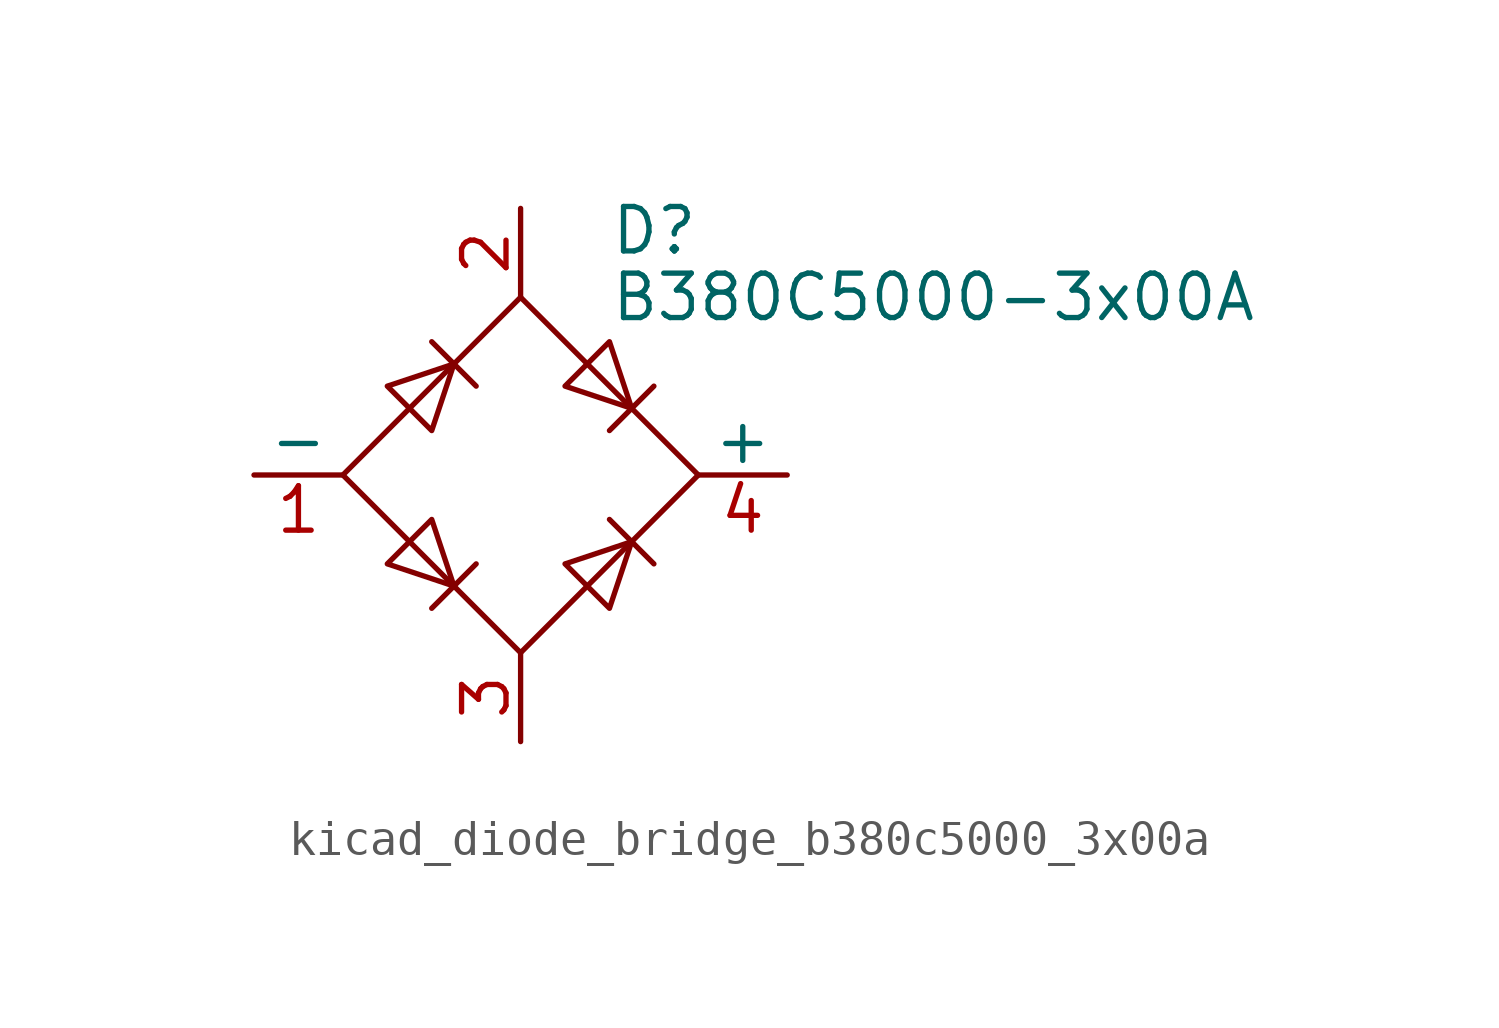
<source format=kicad_sym>
(kicad_symbol_lib
  (version 20220914)
  (generator kicad_symbol_editor)
  (symbol "kicad_diode_bridge_b380c5000_3x00a"
    (pin_names
      (offset 0))
    (property "Reference" "D"
      (at 2.54 6.985 0)
      (effects (font (size 1.27 1.27)) (justify left)))
    (property "Value" "B380C5000-3x00A"
      (at 2.54 5.08 0)
      (effects (font (size 1.27 1.27)) (justify left)))
    (symbol "kicad_diode_bridge_b380c5000_3x00a_0_1"
      (polyline (pts (xy -2.54 3.81) (xy -1.27 2.54)) (stroke (width 0) (type default)) (fill (type none)))
      (polyline (pts (xy -1.27 -2.54) (xy -2.54 -3.81)) (stroke (width 0) (type default)) (fill (type none)))
      (polyline (pts (xy 2.54 -1.27) (xy 3.81 -2.54)) (stroke (width 0) (type default)) (fill (type none)))
      (polyline (pts (xy 2.54 1.27) (xy 3.81 2.54)) (stroke (width 0) (type default)) (fill (type none)))
      (polyline (pts (xy -3.81 2.54) (xy -2.54 1.27) (xy -1.905 3.175) (xy -3.81 2.54)) (stroke (width 0) (type default)) (fill (type none)))
      (polyline (pts (xy -2.54 -1.27) (xy -3.81 -2.54) (xy -1.905 -3.175) (xy -2.54 -1.27)) (stroke (width 0) (type default)) (fill (type none)))
      (polyline (pts (xy 1.27 2.54) (xy 2.54 3.81) (xy 3.175 1.905) (xy 1.27 2.54)) (stroke (width 0) (type default)) (fill (type none)))
      (polyline (pts (xy 3.175 -1.905) (xy 1.27 -2.54) (xy 2.54 -3.81) (xy 3.175 -1.905)) (stroke (width 0) (type default)) (fill (type none)))
      (polyline (pts (xy -5.08 0) (xy 0 -5.08) (xy 5.08 0) (xy 0 5.08) (xy -5.08 0)) (stroke (width 0) (type default)) (fill (type none))))
    (symbol "kicad_diode_bridge_b380c5000_3x00a_1_1"
      (pin passive line (at -7.62 0 0) (length 2.54) (name "-" (effects (font (size 1.27 1.27)))) (number "1" (effects (font (size 1.27 1.27)))))
      (pin passive line (at 0 7.62 270) (length 2.54) (name "~" (effects (font (size 1.27 1.27)))) (number "2" (effects (font (size 1.27 1.27)))))
      (pin passive line (at 0 -7.62 90) (length 2.54) (name "~" (effects (font (size 1.27 1.27)))) (number "3" (effects (font (size 1.27 1.27)))))
      (pin passive line (at 7.62 0 180) (length 2.54) (name "+" (effects (font (size 1.27 1.27)))) (number "4" (effects (font (size 1.27 1.27))))))))
</source>
